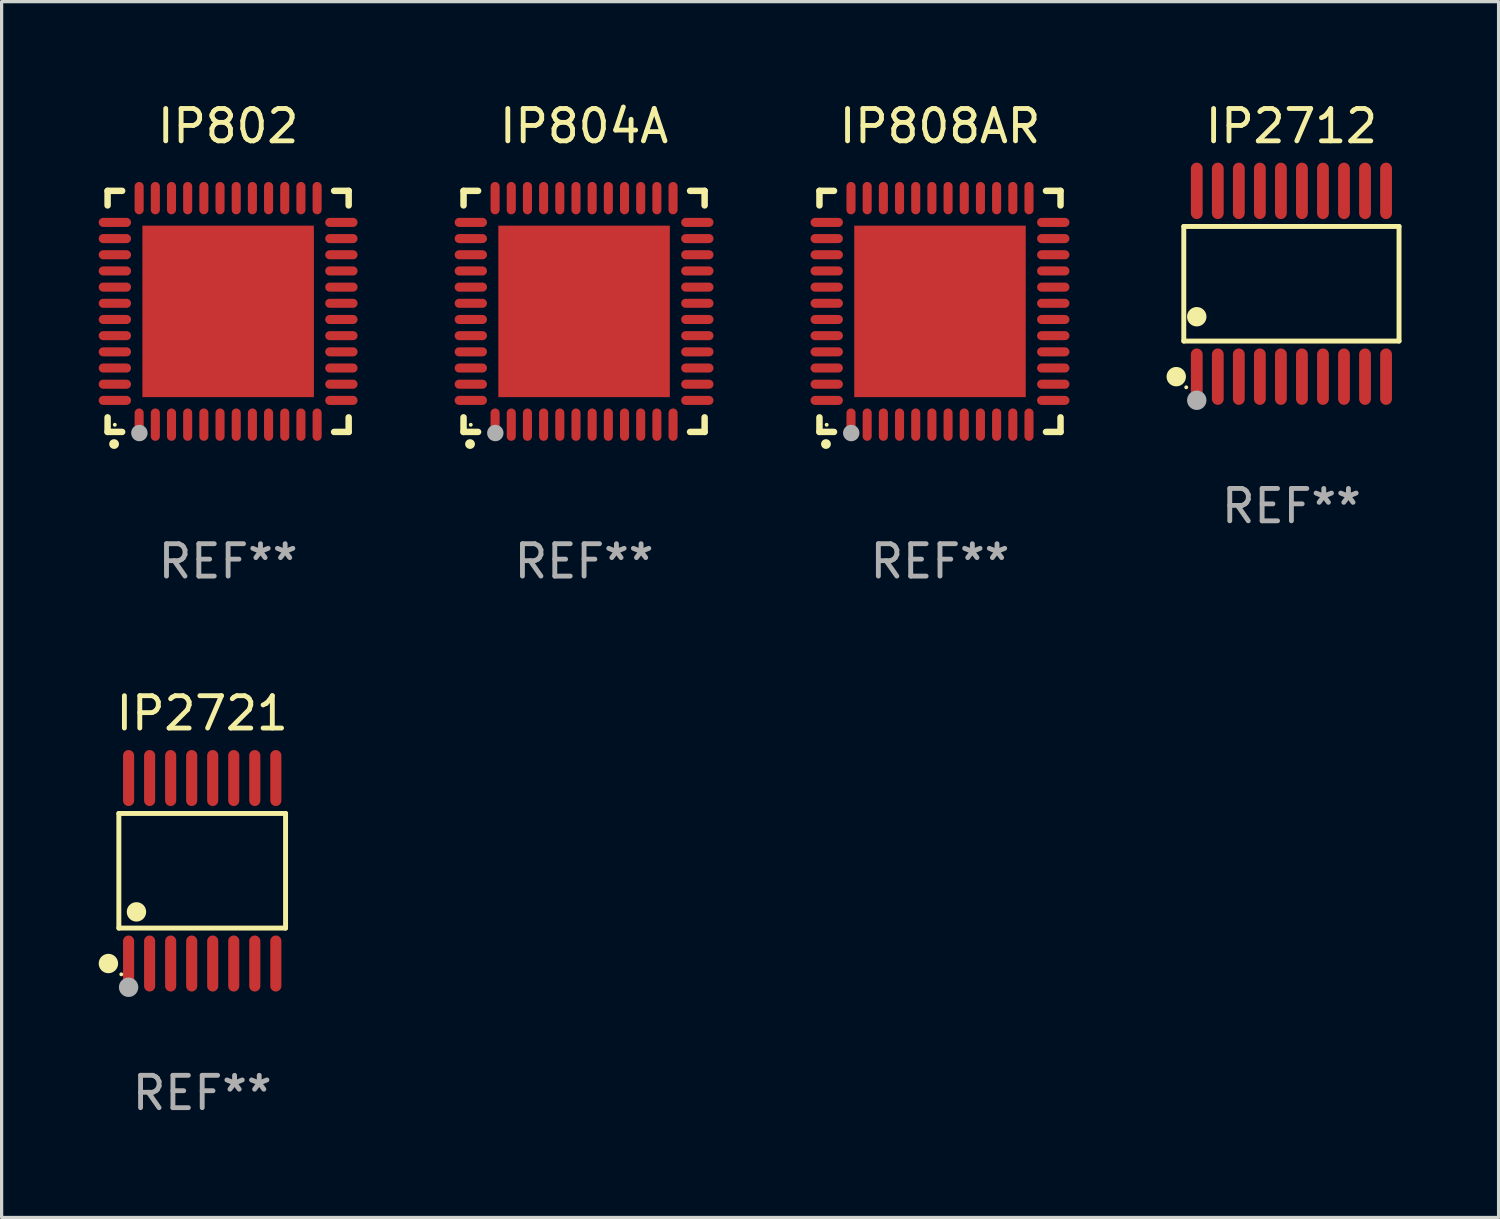
<source format=kicad_pcb>
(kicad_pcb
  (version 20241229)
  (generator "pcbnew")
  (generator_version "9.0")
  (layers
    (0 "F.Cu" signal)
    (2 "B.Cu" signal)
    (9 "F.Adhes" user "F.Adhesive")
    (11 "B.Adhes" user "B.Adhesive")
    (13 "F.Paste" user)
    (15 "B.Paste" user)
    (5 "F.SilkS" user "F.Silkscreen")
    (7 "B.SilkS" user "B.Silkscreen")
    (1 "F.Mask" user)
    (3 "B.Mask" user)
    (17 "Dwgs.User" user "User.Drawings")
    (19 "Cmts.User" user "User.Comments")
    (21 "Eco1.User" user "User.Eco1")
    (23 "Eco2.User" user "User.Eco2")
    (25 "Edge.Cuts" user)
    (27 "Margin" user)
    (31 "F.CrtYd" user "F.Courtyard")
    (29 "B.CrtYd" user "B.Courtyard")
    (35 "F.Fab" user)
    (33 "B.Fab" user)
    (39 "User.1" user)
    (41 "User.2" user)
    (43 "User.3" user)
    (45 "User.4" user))
  (footprint "IP2721"
    (layer "F.Cu")
    (at 3.199 23.86)
    (property "Reference" "IP2721" (at 0 -4.866 0) (layer "F.SilkS") (effects (font (size 1 1) (thickness 0.15))))
    (attr through_hole)
    (fp_line (start -2.576 -1.772) (end 2.576 -1.772) (stroke (width 0.152) (type solid)) (layer "F.SilkS"))
    (fp_line (start -2.576 1.771) (end -2.576 -1.772) (stroke (width 0.152) (type solid)) (layer "F.SilkS"))
    (fp_line (start 2.576 -1.772) (end 2.576 1.771) (stroke (width 0.152) (type solid)) (layer "F.SilkS"))
    (fp_line (start 2.576 1.771) (end -2.576 1.771) (stroke (width 0.152) (type solid)) (layer "F.SilkS"))
    (fp_circle (center -2.899 2.866) (end -2.749 2.866) (stroke (width 0.3) (type solid)) (fill no) (layer "F.SilkS"))
    (fp_circle (center -2.5 3.2) (end -2.47 3.2) (stroke (width 0.06) (type solid)) (fill no) (layer "F.SilkS"))
    (fp_circle (center -2.032 1.27) (end -1.882 1.27) (stroke (width 0.3) (type solid)) (fill no) (layer "F.SilkS"))
    (fp_circle (center -2.275 3.6) (end -2.125 3.6) (stroke (width 0.3) (type solid)) (fill no) (layer "F.Fab"))
    (fp_text user "REF**" (at 0 6.866 0) (layer "F.Fab") (effects (font (size 1 1) (thickness 0.15))))
    (pad "1" smd oval (at -2.275 2.866) (size 0.343 1.731) (layers "F.Cu" "F.Mask" "F.Paste"))
    (pad "2" smd oval (at -1.625 2.866) (size 0.343 1.731) (layers "F.Cu" "F.Mask" "F.Paste"))
    (pad "3" smd oval (at -0.975 2.866) (size 0.343 1.731) (layers "F.Cu" "F.Mask" "F.Paste"))
    (pad "4" smd oval (at -0.325 2.866) (size 0.343 1.731) (layers "F.Cu" "F.Mask" "F.Paste"))
    (pad "5" smd oval (at 0.325 2.866) (size 0.343 1.731) (layers "F.Cu" "F.Mask" "F.Paste"))
    (pad "6" smd oval (at 0.975 2.866) (size 0.343 1.731) (layers "F.Cu" "F.Mask" "F.Paste"))
    (pad "7" smd oval (at 1.625 2.866) (size 0.343 1.731) (layers "F.Cu" "F.Mask" "F.Paste"))
    (pad "8" smd oval (at 2.275 2.866) (size 0.343 1.731) (layers "F.Cu" "F.Mask" "F.Paste"))
    (pad "9" smd oval (at 2.275 -2.866) (size 0.343 1.731) (layers "F.Cu" "F.Mask" "F.Paste"))
    (pad "10" smd oval (at 1.625 -2.866) (size 0.343 1.731) (layers "F.Cu" "F.Mask" "F.Paste"))
    (pad "11" smd oval (at 0.975 -2.866) (size 0.343 1.731) (layers "F.Cu" "F.Mask" "F.Paste"))
    (pad "12" smd oval (at 0.325 -2.866) (size 0.343 1.731) (layers "F.Cu" "F.Mask" "F.Paste"))
    (pad "13" smd oval (at -0.325 -2.866) (size 0.343 1.731) (layers "F.Cu" "F.Mask" "F.Paste"))
    (pad "14" smd oval (at -0.975 -2.866) (size 0.343 1.731) (layers "F.Cu" "F.Mask" "F.Paste"))
    (pad "15" smd oval (at -1.625 -2.866) (size 0.343 1.731) (layers "F.Cu" "F.Mask" "F.Paste"))
    (pad "16" smd oval (at -2.275 -2.866) (size 0.343 1.731) (layers "F.Cu" "F.Mask" "F.Paste")))
  (footprint "IP802"
    (layer "F.Cu")
    (at 4 6.573)
    (property "Reference" "IP802" (at 0 -5.725 0) (layer "F.SilkS") (effects (font (size 1 1) (thickness 0.15))))
    (attr through_hole)
    (fp_line (start -3.725 -3.725) (end -3.275 -3.725) (stroke (width 0.2) (type solid)) (layer "F.SilkS"))
    (fp_line (start -3.725 -3.275) (end -3.725 -3.725) (stroke (width 0.2) (type solid)) (layer "F.SilkS"))
    (fp_line (start -3.725 3.725) (end -3.725 3.275) (stroke (width 0.2) (type solid)) (layer "F.SilkS"))
    (fp_line (start -3.275 3.725) (end -3.725 3.725) (stroke (width 0.2) (type solid)) (layer "F.SilkS"))
    (fp_line (start 3.275 3.725) (end 3.725 3.725) (stroke (width 0.2) (type solid)) (layer "F.SilkS"))
    (fp_line (start 3.725 -3.725) (end 3.275 -3.725) (stroke (width 0.2) (type solid)) (layer "F.SilkS"))
    (fp_line (start 3.725 -3.275) (end 3.725 -3.725) (stroke (width 0.2) (type solid)) (layer "F.SilkS"))
    (fp_line (start 3.725 3.725) (end 3.725 3.275) (stroke (width 0.2) (type solid)) (layer "F.SilkS"))
    (fp_arc (start -3.525527 4.099568) (mid -3.524257 4.099563) (end -3.522987 4.099568) (stroke (width 0.3) (type solid)) (layer "F.SilkS"))
    (fp_circle (center -3.502 3.504) (end -3.472 3.504) (stroke (width 0.06) (type solid)) (fill no) (layer "F.SilkS"))
    (fp_circle (center -2.743 3.759) (end -2.616 3.759) (stroke (width 0.254) (type solid)) (fill no) (layer "F.Fab"))
    (fp_text user "REF**" (at 0 7.725 0) (layer "F.Fab") (effects (font (size 1 1) (thickness 0.15))))
    (pad "1" smd oval (at -2.75 3.5) (size 0.28 1) (layers "F.Cu" "F.Mask" "F.Paste"))
    (pad "2" smd oval (at -2.25 3.5) (size 0.28 1) (layers "F.Cu" "F.Mask" "F.Paste"))
    (pad "3" smd oval (at -1.75 3.5) (size 0.28 1) (layers "F.Cu" "F.Mask" "F.Paste"))
    (pad "4" smd oval (at -1.25 3.5) (size 0.28 1) (layers "F.Cu" "F.Mask" "F.Paste"))
    (pad "5" smd oval (at -0.75 3.5) (size 0.28 1) (layers "F.Cu" "F.Mask" "F.Paste"))
    (pad "6" smd oval (at -0.25 3.5) (size 0.28 1) (layers "F.Cu" "F.Mask" "F.Paste"))
    (pad "7" smd oval (at 0.25 3.5) (size 0.28 1) (layers "F.Cu" "F.Mask" "F.Paste"))
    (pad "8" smd oval (at 0.75 3.5) (size 0.28 1) (layers "F.Cu" "F.Mask" "F.Paste"))
    (pad "9" smd oval (at 1.25 3.5) (size 0.28 1) (layers "F.Cu" "F.Mask" "F.Paste"))
    (pad "10" smd oval (at 1.75 3.5) (size 0.28 1) (layers "F.Cu" "F.Mask" "F.Paste"))
    (pad "11" smd oval (at 2.25 3.5) (size 0.28 1) (layers "F.Cu" "F.Mask" "F.Paste"))
    (pad "12" smd oval (at 2.75 3.5) (size 0.28 1) (layers "F.Cu" "F.Mask" "F.Paste"))
    (pad "13" smd oval (at 3.5 2.75) (size 1 0.28) (layers "F.Cu" "F.Mask" "F.Paste"))
    (pad "14" smd oval (at 3.5 2.25) (size 1 0.28) (layers "F.Cu" "F.Mask" "F.Paste"))
    (pad "15" smd oval (at 3.5 1.75) (size 1 0.28) (layers "F.Cu" "F.Mask" "F.Paste"))
    (pad "16" smd oval (at 3.5 1.25) (size 1 0.28) (layers "F.Cu" "F.Mask" "F.Paste"))
    (pad "17" smd oval (at 3.5 0.75) (size 1 0.28) (layers "F.Cu" "F.Mask" "F.Paste"))
    (pad "18" smd oval (at 3.5 0.25) (size 1 0.28) (layers "F.Cu" "F.Mask" "F.Paste"))
    (pad "19" smd oval (at 3.5 -0.25) (size 1 0.28) (layers "F.Cu" "F.Mask" "F.Paste"))
    (pad "20" smd oval (at 3.5 -0.75) (size 1 0.28) (layers "F.Cu" "F.Mask" "F.Paste"))
    (pad "21" smd oval (at 3.5 -1.25) (size 1 0.28) (layers "F.Cu" "F.Mask" "F.Paste"))
    (pad "22" smd oval (at 3.5 -1.75) (size 1 0.28) (layers "F.Cu" "F.Mask" "F.Paste"))
    (pad "23" smd oval (at 3.5 -2.25) (size 1 0.28) (layers "F.Cu" "F.Mask" "F.Paste"))
    (pad "24" smd oval (at 3.5 -2.75) (size 1 0.28) (layers "F.Cu" "F.Mask" "F.Paste"))
    (pad "25" smd oval (at 2.75 -3.5) (size 0.28 1) (layers "F.Cu" "F.Mask" "F.Paste"))
    (pad "26" smd oval (at 2.25 -3.5) (size 0.28 1) (layers "F.Cu" "F.Mask" "F.Paste"))
    (pad "27" smd oval (at 1.75 -3.5) (size 0.28 1) (layers "F.Cu" "F.Mask" "F.Paste"))
    (pad "28" smd oval (at 1.25 -3.5) (size 0.28 1) (layers "F.Cu" "F.Mask" "F.Paste"))
    (pad "29" smd oval (at 0.75 -3.5) (size 0.28 1) (layers "F.Cu" "F.Mask" "F.Paste"))
    (pad "30" smd oval (at 0.25 -3.5) (size 0.28 1) (layers "F.Cu" "F.Mask" "F.Paste"))
    (pad "31" smd oval (at -0.25 -3.5) (size 0.28 1) (layers "F.Cu" "F.Mask" "F.Paste"))
    (pad "32" smd oval (at -0.75 -3.5) (size 0.28 1) (layers "F.Cu" "F.Mask" "F.Paste"))
    (pad "33" smd oval (at -1.25 -3.5) (size 0.28 1) (layers "F.Cu" "F.Mask" "F.Paste"))
    (pad "34" smd oval (at -1.75 -3.5) (size 0.28 1) (layers "F.Cu" "F.Mask" "F.Paste"))
    (pad "35" smd oval (at -2.25 -3.5) (size 0.28 1) (layers "F.Cu" "F.Mask" "F.Paste"))
    (pad "36" smd oval (at -2.75 -3.5) (size 0.28 1) (layers "F.Cu" "F.Mask" "F.Paste"))
    (pad "37" smd oval (at -3.5 -2.75) (size 1 0.28) (layers "F.Cu" "F.Mask" "F.Paste"))
    (pad "38" smd oval (at -3.5 -2.25) (size 1 0.28) (layers "F.Cu" "F.Mask" "F.Paste"))
    (pad "39" smd oval (at -3.5 -1.75) (size 1 0.28) (layers "F.Cu" "F.Mask" "F.Paste"))
    (pad "40" smd oval (at -3.5 -1.25) (size 1 0.28) (layers "F.Cu" "F.Mask" "F.Paste"))
    (pad "41" smd oval (at -3.5 -0.75) (size 1 0.28) (layers "F.Cu" "F.Mask" "F.Paste"))
    (pad "42" smd oval (at -3.5 -0.25) (size 1 0.28) (layers "F.Cu" "F.Mask" "F.Paste"))
    (pad "43" smd oval (at -3.5 0.25) (size 1 0.28) (layers "F.Cu" "F.Mask" "F.Paste"))
    (pad "44" smd oval (at -3.5 0.75) (size 1 0.28) (layers "F.Cu" "F.Mask" "F.Paste"))
    (pad "45" smd oval (at -3.5 1.25) (size 1 0.28) (layers "F.Cu" "F.Mask" "F.Paste"))
    (pad "46" smd oval (at -3.5 1.75) (size 1 0.28) (layers "F.Cu" "F.Mask" "F.Paste"))
    (pad "47" smd oval (at -3.5 2.25) (size 1 0.28) (layers "F.Cu" "F.Mask" "F.Paste"))
    (pad "48" smd oval (at -3.5 2.75) (size 1 0.28) (layers "F.Cu" "F.Mask" "F.Paste"))
    (pad "49" smd rect (at 0 0) (size 5.3 5.3) (layers "F.Cu" "F.Mask" "F.Paste")))
  (footprint "IP804A"
    (layer "F.Cu")
    (at 15 6.573)
    (property "Reference" "IP804A" (at 0 -5.725 0) (layer "F.SilkS") (effects (font (size 1 1) (thickness 0.15))))
    (attr through_hole)
    (fp_line (start -3.725 -3.725) (end -3.275 -3.725) (stroke (width 0.2) (type solid)) (layer "F.SilkS"))
    (fp_line (start -3.725 -3.275) (end -3.725 -3.725) (stroke (width 0.2) (type solid)) (layer "F.SilkS"))
    (fp_line (start -3.725 3.725) (end -3.725 3.275) (stroke (width 0.2) (type solid)) (layer "F.SilkS"))
    (fp_line (start -3.275 3.725) (end -3.725 3.725) (stroke (width 0.2) (type solid)) (layer "F.SilkS"))
    (fp_line (start 3.275 3.725) (end 3.725 3.725) (stroke (width 0.2) (type solid)) (layer "F.SilkS"))
    (fp_line (start 3.725 -3.725) (end 3.275 -3.725) (stroke (width 0.2) (type solid)) (layer "F.SilkS"))
    (fp_line (start 3.725 -3.275) (end 3.725 -3.725) (stroke (width 0.2) (type solid)) (layer "F.SilkS"))
    (fp_line (start 3.725 3.725) (end 3.725 3.275) (stroke (width 0.2) (type solid)) (layer "F.SilkS"))
    (fp_arc (start -3.525527 4.099568) (mid -3.524257 4.099563) (end -3.522987 4.099568) (stroke (width 0.3) (type solid)) (layer "F.SilkS"))
    (fp_circle (center -3.502 3.504) (end -3.472 3.504) (stroke (width 0.06) (type solid)) (fill no) (layer "F.SilkS"))
    (fp_circle (center -2.743 3.759) (end -2.616 3.759) (stroke (width 0.254) (type solid)) (fill no) (layer "F.Fab"))
    (fp_text user "REF**" (at 0 7.725 0) (layer "F.Fab") (effects (font (size 1 1) (thickness 0.15))))
    (pad "1" smd oval (at -2.75 3.5) (size 0.28 1) (layers "F.Cu" "F.Mask" "F.Paste"))
    (pad "2" smd oval (at -2.25 3.5) (size 0.28 1) (layers "F.Cu" "F.Mask" "F.Paste"))
    (pad "3" smd oval (at -1.75 3.5) (size 0.28 1) (layers "F.Cu" "F.Mask" "F.Paste"))
    (pad "4" smd oval (at -1.25 3.5) (size 0.28 1) (layers "F.Cu" "F.Mask" "F.Paste"))
    (pad "5" smd oval (at -0.75 3.5) (size 0.28 1) (layers "F.Cu" "F.Mask" "F.Paste"))
    (pad "6" smd oval (at -0.25 3.5) (size 0.28 1) (layers "F.Cu" "F.Mask" "F.Paste"))
    (pad "7" smd oval (at 0.25 3.5) (size 0.28 1) (layers "F.Cu" "F.Mask" "F.Paste"))
    (pad "8" smd oval (at 0.75 3.5) (size 0.28 1) (layers "F.Cu" "F.Mask" "F.Paste"))
    (pad "9" smd oval (at 1.25 3.5) (size 0.28 1) (layers "F.Cu" "F.Mask" "F.Paste"))
    (pad "10" smd oval (at 1.75 3.5) (size 0.28 1) (layers "F.Cu" "F.Mask" "F.Paste"))
    (pad "11" smd oval (at 2.25 3.5) (size 0.28 1) (layers "F.Cu" "F.Mask" "F.Paste"))
    (pad "12" smd oval (at 2.75 3.5) (size 0.28 1) (layers "F.Cu" "F.Mask" "F.Paste"))
    (pad "13" smd oval (at 3.5 2.75) (size 1 0.28) (layers "F.Cu" "F.Mask" "F.Paste"))
    (pad "14" smd oval (at 3.5 2.25) (size 1 0.28) (layers "F.Cu" "F.Mask" "F.Paste"))
    (pad "15" smd oval (at 3.5 1.75) (size 1 0.28) (layers "F.Cu" "F.Mask" "F.Paste"))
    (pad "16" smd oval (at 3.5 1.25) (size 1 0.28) (layers "F.Cu" "F.Mask" "F.Paste"))
    (pad "17" smd oval (at 3.5 0.75) (size 1 0.28) (layers "F.Cu" "F.Mask" "F.Paste"))
    (pad "18" smd oval (at 3.5 0.25) (size 1 0.28) (layers "F.Cu" "F.Mask" "F.Paste"))
    (pad "19" smd oval (at 3.5 -0.25) (size 1 0.28) (layers "F.Cu" "F.Mask" "F.Paste"))
    (pad "20" smd oval (at 3.5 -0.75) (size 1 0.28) (layers "F.Cu" "F.Mask" "F.Paste"))
    (pad "21" smd oval (at 3.5 -1.25) (size 1 0.28) (layers "F.Cu" "F.Mask" "F.Paste"))
    (pad "22" smd oval (at 3.5 -1.75) (size 1 0.28) (layers "F.Cu" "F.Mask" "F.Paste"))
    (pad "23" smd oval (at 3.5 -2.25) (size 1 0.28) (layers "F.Cu" "F.Mask" "F.Paste"))
    (pad "24" smd oval (at 3.5 -2.75) (size 1 0.28) (layers "F.Cu" "F.Mask" "F.Paste"))
    (pad "25" smd oval (at 2.75 -3.5) (size 0.28 1) (layers "F.Cu" "F.Mask" "F.Paste"))
    (pad "26" smd oval (at 2.25 -3.5) (size 0.28 1) (layers "F.Cu" "F.Mask" "F.Paste"))
    (pad "27" smd oval (at 1.75 -3.5) (size 0.28 1) (layers "F.Cu" "F.Mask" "F.Paste"))
    (pad "28" smd oval (at 1.25 -3.5) (size 0.28 1) (layers "F.Cu" "F.Mask" "F.Paste"))
    (pad "29" smd oval (at 0.75 -3.5) (size 0.28 1) (layers "F.Cu" "F.Mask" "F.Paste"))
    (pad "30" smd oval (at 0.25 -3.5) (size 0.28 1) (layers "F.Cu" "F.Mask" "F.Paste"))
    (pad "31" smd oval (at -0.25 -3.5) (size 0.28 1) (layers "F.Cu" "F.Mask" "F.Paste"))
    (pad "32" smd oval (at -0.75 -3.5) (size 0.28 1) (layers "F.Cu" "F.Mask" "F.Paste"))
    (pad "33" smd oval (at -1.25 -3.5) (size 0.28 1) (layers "F.Cu" "F.Mask" "F.Paste"))
    (pad "34" smd oval (at -1.75 -3.5) (size 0.28 1) (layers "F.Cu" "F.Mask" "F.Paste"))
    (pad "35" smd oval (at -2.25 -3.5) (size 0.28 1) (layers "F.Cu" "F.Mask" "F.Paste"))
    (pad "36" smd oval (at -2.75 -3.5) (size 0.28 1) (layers "F.Cu" "F.Mask" "F.Paste"))
    (pad "37" smd oval (at -3.5 -2.75) (size 1 0.28) (layers "F.Cu" "F.Mask" "F.Paste"))
    (pad "38" smd oval (at -3.5 -2.25) (size 1 0.28) (layers "F.Cu" "F.Mask" "F.Paste"))
    (pad "39" smd oval (at -3.5 -1.75) (size 1 0.28) (layers "F.Cu" "F.Mask" "F.Paste"))
    (pad "40" smd oval (at -3.5 -1.25) (size 1 0.28) (layers "F.Cu" "F.Mask" "F.Paste"))
    (pad "41" smd oval (at -3.5 -0.75) (size 1 0.28) (layers "F.Cu" "F.Mask" "F.Paste"))
    (pad "42" smd oval (at -3.5 -0.25) (size 1 0.28) (layers "F.Cu" "F.Mask" "F.Paste"))
    (pad "43" smd oval (at -3.5 0.25) (size 1 0.28) (layers "F.Cu" "F.Mask" "F.Paste"))
    (pad "44" smd oval (at -3.5 0.75) (size 1 0.28) (layers "F.Cu" "F.Mask" "F.Paste"))
    (pad "45" smd oval (at -3.5 1.25) (size 1 0.28) (layers "F.Cu" "F.Mask" "F.Paste"))
    (pad "46" smd oval (at -3.5 1.75) (size 1 0.28) (layers "F.Cu" "F.Mask" "F.Paste"))
    (pad "47" smd oval (at -3.5 2.25) (size 1 0.28) (layers "F.Cu" "F.Mask" "F.Paste"))
    (pad "48" smd oval (at -3.5 2.75) (size 1 0.28) (layers "F.Cu" "F.Mask" "F.Paste"))
    (pad "49" smd rect (at 0 0) (size 5.3 5.3) (layers "F.Cu" "F.Mask" "F.Paste")))
  (footprint "IP808AR"
    (layer "F.Cu")
    (at 25.999 6.573)
    (property "Reference" "IP808AR" (at 0 -5.725 0) (layer "F.SilkS") (effects (font (size 1 1) (thickness 0.15))))
    (attr through_hole)
    (fp_line (start -3.725 -3.725) (end -3.275 -3.725) (stroke (width 0.2) (type solid)) (layer "F.SilkS"))
    (fp_line (start -3.725 -3.275) (end -3.725 -3.725) (stroke (width 0.2) (type solid)) (layer "F.SilkS"))
    (fp_line (start -3.725 3.725) (end -3.725 3.275) (stroke (width 0.2) (type solid)) (layer "F.SilkS"))
    (fp_line (start -3.275 3.725) (end -3.725 3.725) (stroke (width 0.2) (type solid)) (layer "F.SilkS"))
    (fp_line (start 3.275 3.725) (end 3.725 3.725) (stroke (width 0.2) (type solid)) (layer "F.SilkS"))
    (fp_line (start 3.725 -3.725) (end 3.275 -3.725) (stroke (width 0.2) (type solid)) (layer "F.SilkS"))
    (fp_line (start 3.725 -3.275) (end 3.725 -3.725) (stroke (width 0.2) (type solid)) (layer "F.SilkS"))
    (fp_line (start 3.725 3.725) (end 3.725 3.275) (stroke (width 0.2) (type solid)) (layer "F.SilkS"))
    (fp_arc (start -3.525527 4.099568) (mid -3.524257 4.099563) (end -3.522987 4.099568) (stroke (width 0.3) (type solid)) (layer "F.SilkS"))
    (fp_circle (center -3.502 3.504) (end -3.472 3.504) (stroke (width 0.06) (type solid)) (fill no) (layer "F.SilkS"))
    (fp_circle (center -2.743 3.759) (end -2.616 3.759) (stroke (width 0.254) (type solid)) (fill no) (layer "F.Fab"))
    (fp_text user "REF**" (at 0 7.725 0) (layer "F.Fab") (effects (font (size 1 1) (thickness 0.15))))
    (pad "1" smd oval (at -2.75 3.5) (size 0.28 1) (layers "F.Cu" "F.Mask" "F.Paste"))
    (pad "2" smd oval (at -2.25 3.5) (size 0.28 1) (layers "F.Cu" "F.Mask" "F.Paste"))
    (pad "3" smd oval (at -1.75 3.5) (size 0.28 1) (layers "F.Cu" "F.Mask" "F.Paste"))
    (pad "4" smd oval (at -1.25 3.5) (size 0.28 1) (layers "F.Cu" "F.Mask" "F.Paste"))
    (pad "5" smd oval (at -0.75 3.5) (size 0.28 1) (layers "F.Cu" "F.Mask" "F.Paste"))
    (pad "6" smd oval (at -0.25 3.5) (size 0.28 1) (layers "F.Cu" "F.Mask" "F.Paste"))
    (pad "7" smd oval (at 0.25 3.5) (size 0.28 1) (layers "F.Cu" "F.Mask" "F.Paste"))
    (pad "8" smd oval (at 0.75 3.5) (size 0.28 1) (layers "F.Cu" "F.Mask" "F.Paste"))
    (pad "9" smd oval (at 1.25 3.5) (size 0.28 1) (layers "F.Cu" "F.Mask" "F.Paste"))
    (pad "10" smd oval (at 1.75 3.5) (size 0.28 1) (layers "F.Cu" "F.Mask" "F.Paste"))
    (pad "11" smd oval (at 2.25 3.5) (size 0.28 1) (layers "F.Cu" "F.Mask" "F.Paste"))
    (pad "12" smd oval (at 2.75 3.5) (size 0.28 1) (layers "F.Cu" "F.Mask" "F.Paste"))
    (pad "13" smd oval (at 3.5 2.75) (size 1 0.28) (layers "F.Cu" "F.Mask" "F.Paste"))
    (pad "14" smd oval (at 3.5 2.25) (size 1 0.28) (layers "F.Cu" "F.Mask" "F.Paste"))
    (pad "15" smd oval (at 3.5 1.75) (size 1 0.28) (layers "F.Cu" "F.Mask" "F.Paste"))
    (pad "16" smd oval (at 3.5 1.25) (size 1 0.28) (layers "F.Cu" "F.Mask" "F.Paste"))
    (pad "17" smd oval (at 3.5 0.75) (size 1 0.28) (layers "F.Cu" "F.Mask" "F.Paste"))
    (pad "18" smd oval (at 3.5 0.25) (size 1 0.28) (layers "F.Cu" "F.Mask" "F.Paste"))
    (pad "19" smd oval (at 3.5 -0.25) (size 1 0.28) (layers "F.Cu" "F.Mask" "F.Paste"))
    (pad "20" smd oval (at 3.5 -0.75) (size 1 0.28) (layers "F.Cu" "F.Mask" "F.Paste"))
    (pad "21" smd oval (at 3.5 -1.25) (size 1 0.28) (layers "F.Cu" "F.Mask" "F.Paste"))
    (pad "22" smd oval (at 3.5 -1.75) (size 1 0.28) (layers "F.Cu" "F.Mask" "F.Paste"))
    (pad "23" smd oval (at 3.5 -2.25) (size 1 0.28) (layers "F.Cu" "F.Mask" "F.Paste"))
    (pad "24" smd oval (at 3.5 -2.75) (size 1 0.28) (layers "F.Cu" "F.Mask" "F.Paste"))
    (pad "25" smd oval (at 2.75 -3.5) (size 0.28 1) (layers "F.Cu" "F.Mask" "F.Paste"))
    (pad "26" smd oval (at 2.25 -3.5) (size 0.28 1) (layers "F.Cu" "F.Mask" "F.Paste"))
    (pad "27" smd oval (at 1.75 -3.5) (size 0.28 1) (layers "F.Cu" "F.Mask" "F.Paste"))
    (pad "28" smd oval (at 1.25 -3.5) (size 0.28 1) (layers "F.Cu" "F.Mask" "F.Paste"))
    (pad "29" smd oval (at 0.75 -3.5) (size 0.28 1) (layers "F.Cu" "F.Mask" "F.Paste"))
    (pad "30" smd oval (at 0.25 -3.5) (size 0.28 1) (layers "F.Cu" "F.Mask" "F.Paste"))
    (pad "31" smd oval (at -0.25 -3.5) (size 0.28 1) (layers "F.Cu" "F.Mask" "F.Paste"))
    (pad "32" smd oval (at -0.75 -3.5) (size 0.28 1) (layers "F.Cu" "F.Mask" "F.Paste"))
    (pad "33" smd oval (at -1.25 -3.5) (size 0.28 1) (layers "F.Cu" "F.Mask" "F.Paste"))
    (pad "34" smd oval (at -1.75 -3.5) (size 0.28 1) (layers "F.Cu" "F.Mask" "F.Paste"))
    (pad "35" smd oval (at -2.25 -3.5) (size 0.28 1) (layers "F.Cu" "F.Mask" "F.Paste"))
    (pad "36" smd oval (at -2.75 -3.5) (size 0.28 1) (layers "F.Cu" "F.Mask" "F.Paste"))
    (pad "37" smd oval (at -3.5 -2.75) (size 1 0.28) (layers "F.Cu" "F.Mask" "F.Paste"))
    (pad "38" smd oval (at -3.5 -2.25) (size 1 0.28) (layers "F.Cu" "F.Mask" "F.Paste"))
    (pad "39" smd oval (at -3.5 -1.75) (size 1 0.28) (layers "F.Cu" "F.Mask" "F.Paste"))
    (pad "40" smd oval (at -3.5 -1.25) (size 1 0.28) (layers "F.Cu" "F.Mask" "F.Paste"))
    (pad "41" smd oval (at -3.5 -0.75) (size 1 0.28) (layers "F.Cu" "F.Mask" "F.Paste"))
    (pad "42" smd oval (at -3.5 -0.25) (size 1 0.28) (layers "F.Cu" "F.Mask" "F.Paste"))
    (pad "43" smd oval (at -3.5 0.25) (size 1 0.28) (layers "F.Cu" "F.Mask" "F.Paste"))
    (pad "44" smd oval (at -3.5 0.75) (size 1 0.28) (layers "F.Cu" "F.Mask" "F.Paste"))
    (pad "45" smd oval (at -3.5 1.25) (size 1 0.28) (layers "F.Cu" "F.Mask" "F.Paste"))
    (pad "46" smd oval (at -3.5 1.75) (size 1 0.28) (layers "F.Cu" "F.Mask" "F.Paste"))
    (pad "47" smd oval (at -3.5 2.25) (size 1 0.28) (layers "F.Cu" "F.Mask" "F.Paste"))
    (pad "48" smd oval (at -3.5 2.75) (size 1 0.28) (layers "F.Cu" "F.Mask" "F.Paste"))
    (pad "49" smd rect (at 0 0) (size 5.3 5.3) (layers "F.Cu" "F.Mask" "F.Paste")))
  (footprint "IP2712"
    (layer "F.Cu")
    (at 36.859 5.719)
    (property "Reference" "IP2712" (at 0 -4.871 0) (layer "F.SilkS") (effects (font (size 1 1) (thickness 0.15))))
    (attr through_hole)
    (fp_line (start -3.326 -1.771) (end 3.326 -1.771) (stroke (width 0.152) (type solid)) (layer "F.SilkS"))
    (fp_line (start -3.326 1.771) (end -3.326 -1.771) (stroke (width 0.152) (type solid)) (layer "F.SilkS"))
    (fp_line (start 3.326 -1.771) (end 3.326 1.771) (stroke (width 0.152) (type solid)) (layer "F.SilkS"))
    (fp_line (start 3.326 1.771) (end -3.326 1.771) (stroke (width 0.152) (type solid)) (layer "F.SilkS"))
    (fp_circle (center -3.559 2.871) (end -3.409 2.871) (stroke (width 0.3) (type solid)) (fill no) (layer "F.SilkS"))
    (fp_circle (center -3.25 3.2) (end -3.22 3.2) (stroke (width 0.06) (type solid)) (fill no) (layer "F.SilkS"))
    (fp_circle (center -2.925 1.019) (end -2.775 1.019) (stroke (width 0.3) (type solid)) (fill no) (layer "F.SilkS"))
    (fp_circle (center -2.925 3.6) (end -2.775 3.6) (stroke (width 0.3) (type solid)) (fill no) (layer "F.Fab"))
    (fp_text user "REF**" (at 0 6.871 0) (layer "F.Fab") (effects (font (size 1 1) (thickness 0.15))))
    (pad "1" smd oval (at -2.925 2.871) (size 0.364 1.742) (layers "F.Cu" "F.Mask" "F.Paste"))
    (pad "2" smd oval (at -2.275 2.871) (size 0.364 1.742) (layers "F.Cu" "F.Mask" "F.Paste"))
    (pad "3" smd oval (at -1.625 2.871) (size 0.364 1.742) (layers "F.Cu" "F.Mask" "F.Paste"))
    (pad "4" smd oval (at -0.975 2.871) (size 0.364 1.742) (layers "F.Cu" "F.Mask" "F.Paste"))
    (pad "5" smd oval (at -0.325 2.871) (size 0.364 1.742) (layers "F.Cu" "F.Mask" "F.Paste"))
    (pad "6" smd oval (at 0.325 2.871) (size 0.364 1.742) (layers "F.Cu" "F.Mask" "F.Paste"))
    (pad "7" smd oval (at 0.975 2.871) (size 0.364 1.742) (layers "F.Cu" "F.Mask" "F.Paste"))
    (pad "8" smd oval (at 1.625 2.871) (size 0.364 1.742) (layers "F.Cu" "F.Mask" "F.Paste"))
    (pad "9" smd oval (at 2.275 2.871) (size 0.364 1.742) (layers "F.Cu" "F.Mask" "F.Paste"))
    (pad "10" smd oval (at 2.925 2.871) (size 0.364 1.742) (layers "F.Cu" "F.Mask" "F.Paste"))
    (pad "11" smd oval (at 2.925 -2.871) (size 0.364 1.742) (layers "F.Cu" "F.Mask" "F.Paste"))
    (pad "12" smd oval (at 2.275 -2.871) (size 0.364 1.742) (layers "F.Cu" "F.Mask" "F.Paste"))
    (pad "13" smd oval (at 1.625 -2.871) (size 0.364 1.742) (layers "F.Cu" "F.Mask" "F.Paste"))
    (pad "14" smd oval (at 0.975 -2.871) (size 0.364 1.742) (layers "F.Cu" "F.Mask" "F.Paste"))
    (pad "15" smd oval (at 0.325 -2.871) (size 0.364 1.742) (layers "F.Cu" "F.Mask" "F.Paste"))
    (pad "16" smd oval (at -0.325 -2.871) (size 0.364 1.742) (layers "F.Cu" "F.Mask" "F.Paste"))
    (pad "17" smd oval (at -0.975 -2.871) (size 0.364 1.742) (layers "F.Cu" "F.Mask" "F.Paste"))
    (pad "18" smd oval (at -1.625 -2.871) (size 0.364 1.742) (layers "F.Cu" "F.Mask" "F.Paste"))
    (pad "19" smd oval (at -2.275 -2.871) (size 0.364 1.742) (layers "F.Cu" "F.Mask" "F.Paste"))
    (pad "20" smd oval (at -2.925 -2.871) (size 0.364 1.742) (layers "F.Cu" "F.Mask" "F.Paste")))
  (gr_rect
    (start -3 -3)
    (end 43.261 34.574)
    (stroke (width 0.1) (type default))
    (fill no)
    (layer "Edge.Cuts")))
</source>
